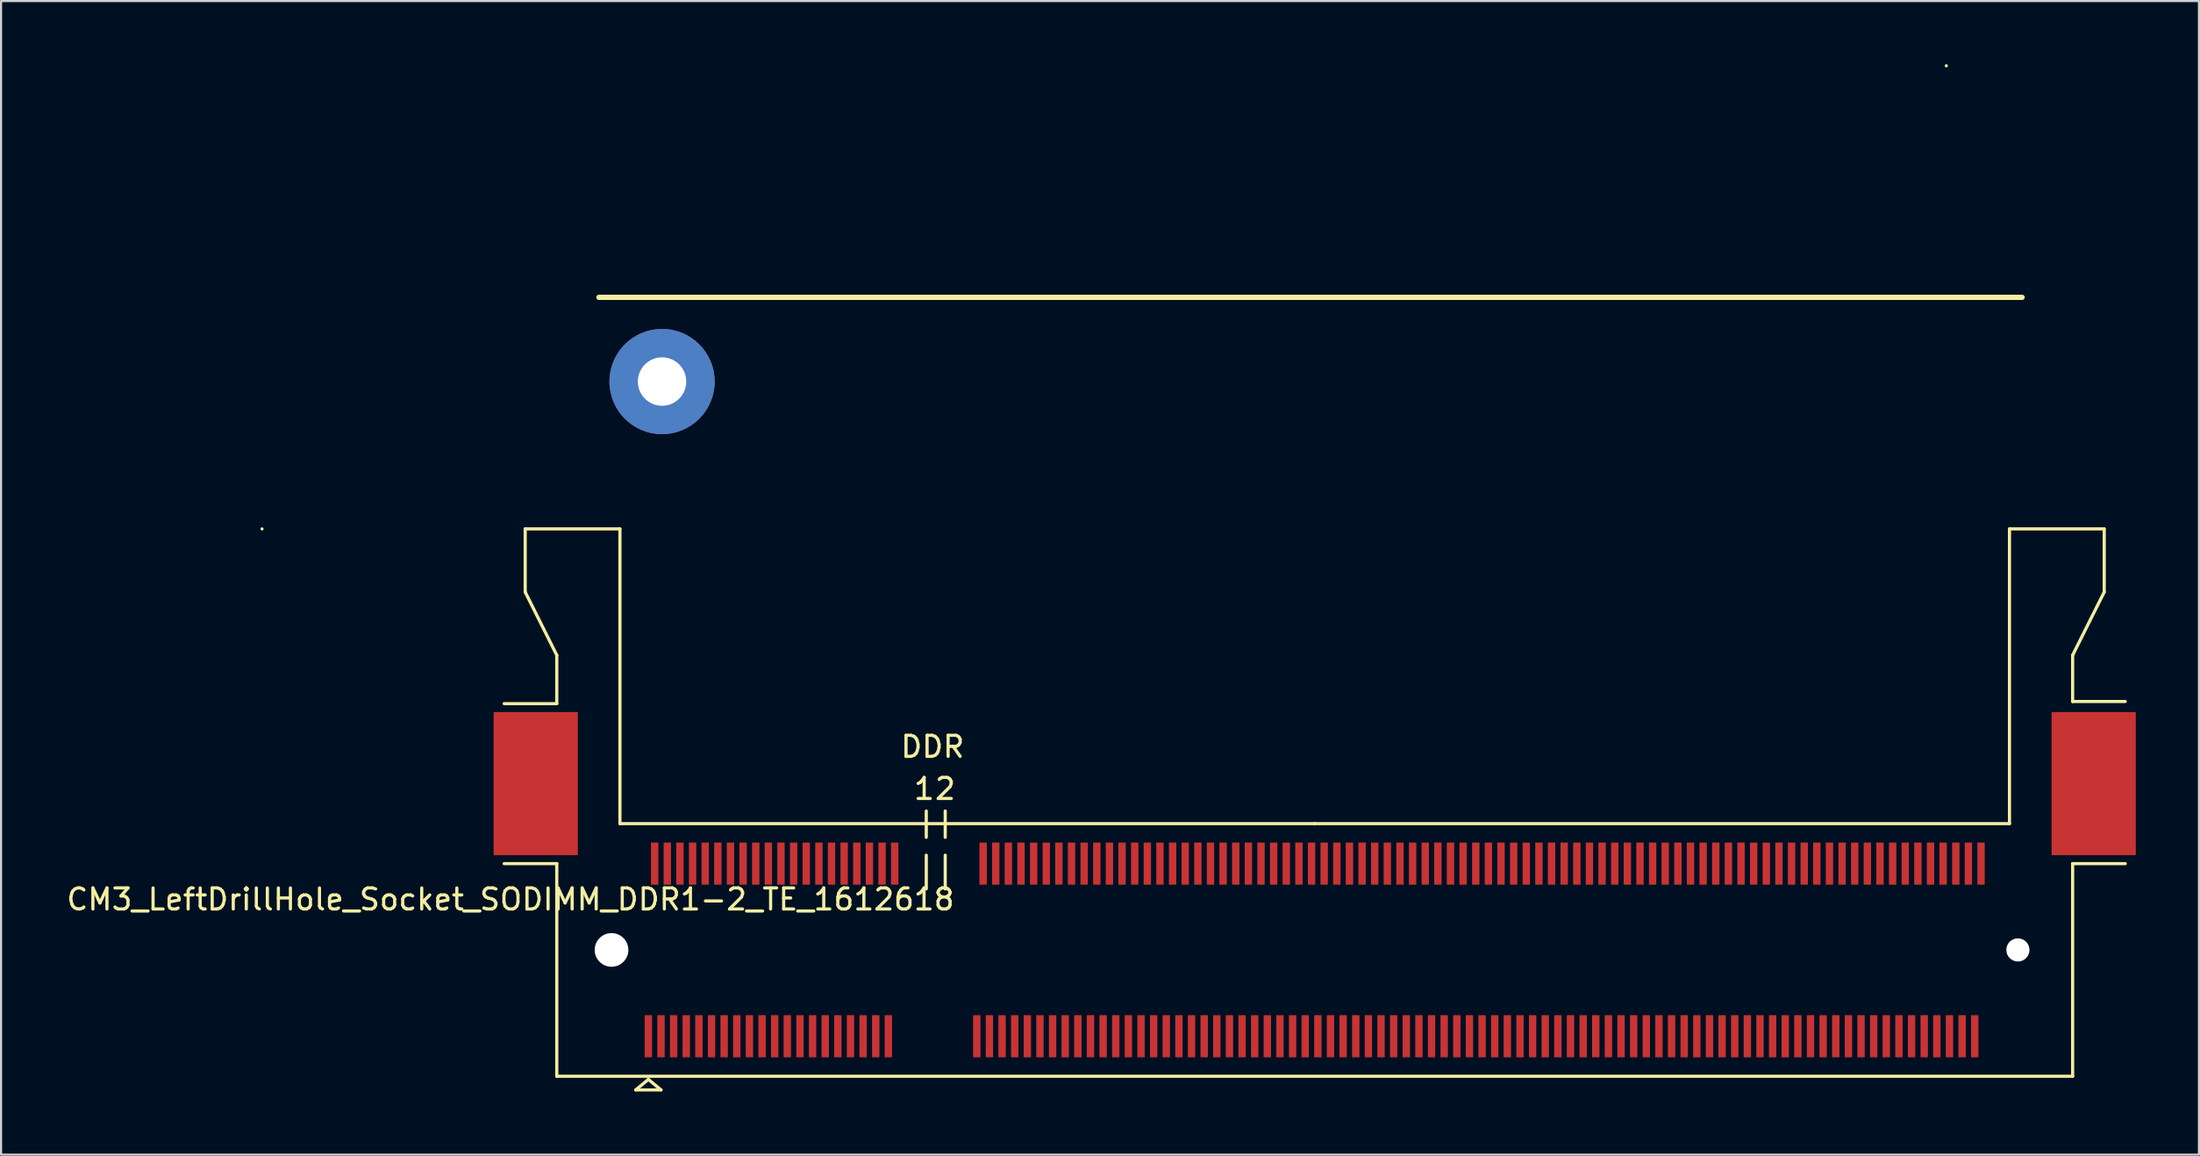
<source format=kicad_pcb>
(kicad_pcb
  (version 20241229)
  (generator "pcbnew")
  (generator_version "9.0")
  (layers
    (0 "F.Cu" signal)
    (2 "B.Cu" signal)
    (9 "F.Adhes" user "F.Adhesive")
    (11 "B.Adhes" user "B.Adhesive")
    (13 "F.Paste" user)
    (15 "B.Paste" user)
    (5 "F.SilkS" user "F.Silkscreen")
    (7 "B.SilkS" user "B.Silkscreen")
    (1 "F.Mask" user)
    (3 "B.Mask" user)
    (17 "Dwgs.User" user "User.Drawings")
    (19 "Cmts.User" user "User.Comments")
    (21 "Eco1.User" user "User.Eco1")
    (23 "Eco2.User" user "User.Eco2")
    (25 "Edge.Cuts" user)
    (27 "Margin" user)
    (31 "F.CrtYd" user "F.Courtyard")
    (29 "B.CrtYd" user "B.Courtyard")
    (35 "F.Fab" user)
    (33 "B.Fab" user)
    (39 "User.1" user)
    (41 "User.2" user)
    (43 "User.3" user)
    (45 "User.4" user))
  (footprint "CM3_LeftDrillHole_Socket_SODIMM_DDR1-2_TE_1612618"
    (layer "F.Cu")
    (at 59.396 42.075)
    (property "Reference" "CM3_LeftDrillHole_Socket_SODIMM_DDR1-2_TE_1612618" (at -38.2 -2.4 0) (layer "F.SilkS") (effects (font (size 1 1) (thickness 0.15))))
    (attr smd)
    (fp_line (start -50 -20) (end -50 -20) (stroke (width 0.15) (type solid)) (layer "F.SilkS"))
    (fp_line (start -37.5 -20) (end -37.5 -17) (stroke (width 0.15) (type solid)) (layer "F.SilkS"))
    (fp_line (start -37.5 -17) (end -36 -14) (stroke (width 0.15) (type solid)) (layer "F.SilkS"))
    (fp_line (start -36 -14) (end -36 -11.7) (stroke (width 0.15) (type solid)) (layer "F.SilkS"))
    (fp_line (start -36 -11.7) (end -38.5 -11.7) (stroke (width 0.15) (type solid)) (layer "F.SilkS"))
    (fp_line (start -36 -4.1) (end -38.5 -4.1) (stroke (width 0.15) (type solid)) (layer "F.SilkS"))
    (fp_line (start -36 -4.1) (end -36 6) (stroke (width 0.15) (type solid)) (layer "F.SilkS"))
    (fp_line (start -36 6) (end 36 6) (stroke (width 0.15) (type solid)) (layer "F.SilkS"))
    (fp_line (start -34 -31) (end -34 -31) (stroke (width 0.15) (type solid)) (layer "F.SilkS"))
    (fp_line (start -34 -31) (end 33.6 -31) (stroke (width 0.25) (type solid)) (layer "F.SilkS"))
    (fp_line (start -33 -20) (end -37.5 -20) (stroke (width 0.15) (type solid)) (layer "F.SilkS"))
    (fp_line (start -33 -6) (end -33 -20) (stroke (width 0.15) (type solid)) (layer "F.SilkS"))
    (fp_line (start -32.25 6.65) (end -31.65 6.15) (stroke (width 0.15) (type solid)) (layer "F.SilkS"))
    (fp_line (start -31.65 6.15) (end -31.05 6.65) (stroke (width 0.15) (type solid)) (layer "F.SilkS"))
    (fp_line (start -31.05 6.65) (end -32.25 6.65) (stroke (width 0.15) (type solid)) (layer "F.SilkS"))
    (fp_line (start -18.45 -5.35) (end -18.45 -6.6) (stroke (width 0.15) (type solid)) (layer "F.SilkS"))
    (fp_line (start -18.45 -4.5) (end -18.45 -2.9) (stroke (width 0.15) (type solid)) (layer "F.SilkS"))
    (fp_line (start -17.55 -5.35) (end -17.55 -6.6) (stroke (width 0.15) (type solid)) (layer "F.SilkS"))
    (fp_line (start -17.55 -4.5) (end -17.55 -2.9) (stroke (width 0.15) (type solid)) (layer "F.SilkS"))
    (fp_line (start 0 -6) (end -33 -6) (stroke (width 0.15) (type solid)) (layer "F.SilkS"))
    (fp_line (start 30 -42) (end 30 -42) (stroke (width 0.15) (type solid)) (layer "F.SilkS"))
    (fp_line (start 33 -20) (end 33 -6) (stroke (width 0.15) (type solid)) (layer "F.SilkS"))
    (fp_line (start 33 -6) (end 0 -6) (stroke (width 0.15) (type solid)) (layer "F.SilkS"))
    (fp_line (start 36 -14) (end 36 -11.8) (stroke (width 0.15) (type solid)) (layer "F.SilkS"))
    (fp_line (start 36 -14) (end 37.5 -17) (stroke (width 0.15) (type solid)) (layer "F.SilkS"))
    (fp_line (start 36 -11.8) (end 38.5 -11.8) (stroke (width 0.15) (type solid)) (layer "F.SilkS"))
    (fp_line (start 36 -4.1) (end 38.5 -4.1) (stroke (width 0.15) (type solid)) (layer "F.SilkS"))
    (fp_line (start 36 6) (end 36 -4.1) (stroke (width 0.15) (type solid)) (layer "F.SilkS"))
    (fp_line (start 37.5 -20) (end 33 -20) (stroke (width 0.15) (type solid)) (layer "F.SilkS"))
    (fp_line (start 37.5 -17) (end 37.5 -20) (stroke (width 0.15) (type solid)) (layer "F.SilkS"))
    (fp_text user "2" (at -17.55 -7.65 0) (layer "F.SilkS") (effects (font (size 1 1) (thickness 0.15))))
    (fp_text user "1" (at -18.55 -7.65 0) (layer "F.SilkS") (effects (font (size 1 1) (thickness 0.15))))
    (fp_text user "DDR" (at -18.15 -9.65 0) (layer "F.SilkS") (effects (font (size 1 1) (thickness 0.15))))
    (pad "" smd rect (at -37 -7.9) (size 4 6.8) (layers "F.Cu" "F.Mask" "F.Paste"))
    (pad "" np_thru_hole circle (at -33.4 0) (size 1.6 1.6) (drill 1.6) (layers "*.Cu" "*.Mask"))
    (pad "" np_thru_hole circle (at -31 -27) (size 5 5) (drill 2.3) (layers "*.Cu" "*.Mask"))
    (pad "" np_thru_hole circle (at 33.4 0) (size 1.1 1.1) (drill 1.1) (layers "*.Cu" "*.Mask"))
    (pad "" smd rect (at 37 -7.9) (size 4 6.8) (layers "F.Cu" "F.Mask" "F.Paste"))
    (pad "1" smd rect (at -31.65 4.1) (size 0.35 2) (layers "F.Cu" "F.Mask" "F.Paste"))
    (pad "2" smd rect (at -31.35 -4.1) (size 0.35 2) (layers "F.Cu" "F.Mask" "F.Paste"))
    (pad "3" smd rect (at -31.05 4.1) (size 0.35 2) (layers "F.Cu" "F.Mask" "F.Paste"))
    (pad "4" smd rect (at -30.75 -4.1) (size 0.35 2) (layers "F.Cu" "F.Mask" "F.Paste"))
    (pad "5" smd rect (at -30.45 4.1) (size 0.35 2) (layers "F.Cu" "F.Mask" "F.Paste"))
    (pad "6" smd rect (at -30.15 -4.1) (size 0.35 2) (layers "F.Cu" "F.Mask" "F.Paste"))
    (pad "7" smd rect (at -29.85 4.1) (size 0.35 2) (layers "F.Cu" "F.Mask" "F.Paste"))
    (pad "8" smd rect (at -29.55 -4.1) (size 0.35 2) (layers "F.Cu" "F.Mask" "F.Paste"))
    (pad "9" smd rect (at -29.25 4.1) (size 0.35 2) (layers "F.Cu" "F.Mask" "F.Paste"))
    (pad "10" smd rect (at -28.95 -4.1) (size 0.35 2) (layers "F.Cu" "F.Mask" "F.Paste"))
    (pad "11" smd rect (at -28.65 4.1) (size 0.35 2) (layers "F.Cu" "F.Mask" "F.Paste"))
    (pad "12" smd rect (at -28.35 -4.1) (size 0.35 2) (layers "F.Cu" "F.Mask" "F.Paste"))
    (pad "13" smd rect (at -28.05 4.1) (size 0.35 2) (layers "F.Cu" "F.Mask" "F.Paste"))
    (pad "14" smd rect (at -27.75 -4.1) (size 0.35 2) (layers "F.Cu" "F.Mask" "F.Paste"))
    (pad "15" smd rect (at -27.45 4.1) (size 0.35 2) (layers "F.Cu" "F.Mask" "F.Paste"))
    (pad "16" smd rect (at -27.15 -4.1) (size 0.35 2) (layers "F.Cu" "F.Mask" "F.Paste"))
    (pad "17" smd rect (at -26.85 4.1) (size 0.35 2) (layers "F.Cu" "F.Mask" "F.Paste"))
    (pad "18" smd rect (at -26.55 -4.1) (size 0.35 2) (layers "F.Cu" "F.Mask" "F.Paste"))
    (pad "19" smd rect (at -26.25 4.1) (size 0.35 2) (layers "F.Cu" "F.Mask" "F.Paste"))
    (pad "20" smd rect (at -25.95 -4.1) (size 0.35 2) (layers "F.Cu" "F.Mask" "F.Paste"))
    (pad "21" smd rect (at -25.65 4.1) (size 0.35 2) (layers "F.Cu" "F.Mask" "F.Paste"))
    (pad "22" smd rect (at -25.35 -4.1) (size 0.35 2) (layers "F.Cu" "F.Mask" "F.Paste"))
    (pad "23" smd rect (at -25.05 4.1) (size 0.35 2) (layers "F.Cu" "F.Mask" "F.Paste"))
    (pad "24" smd rect (at -24.75 -4.1) (size 0.35 2) (layers "F.Cu" "F.Mask" "F.Paste"))
    (pad "25" smd rect (at -24.45 4.1) (size 0.35 2) (layers "F.Cu" "F.Mask" "F.Paste"))
    (pad "26" smd rect (at -24.15 -4.1) (size 0.35 2) (layers "F.Cu" "F.Mask" "F.Paste"))
    (pad "27" smd rect (at -23.85 4.1) (size 0.35 2) (layers "F.Cu" "F.Mask" "F.Paste"))
    (pad "28" smd rect (at -23.55 -4.1) (size 0.35 2) (layers "F.Cu" "F.Mask" "F.Paste"))
    (pad "29" smd rect (at -23.25 4.1) (size 0.35 2) (layers "F.Cu" "F.Mask" "F.Paste"))
    (pad "30" smd rect (at -22.95 -4.1) (size 0.35 2) (layers "F.Cu" "F.Mask" "F.Paste"))
    (pad "31" smd rect (at -22.65 4.1) (size 0.35 2) (layers "F.Cu" "F.Mask" "F.Paste"))
    (pad "32" smd rect (at -22.35 -4.1) (size 0.35 2) (layers "F.Cu" "F.Mask" "F.Paste"))
    (pad "33" smd rect (at -22.05 4.1) (size 0.35 2) (layers "F.Cu" "F.Mask" "F.Paste"))
    (pad "34" smd rect (at -21.75 -4.1) (size 0.35 2) (layers "F.Cu" "F.Mask" "F.Paste"))
    (pad "35" smd rect (at -21.45 4.1) (size 0.35 2) (layers "F.Cu" "F.Mask" "F.Paste"))
    (pad "36" smd rect (at -21.15 -4.1) (size 0.35 2) (layers "F.Cu" "F.Mask" "F.Paste"))
    (pad "37" smd rect (at -20.85 4.1) (size 0.35 2) (layers "F.Cu" "F.Mask" "F.Paste"))
    (pad "38" smd rect (at -20.55 -4.1) (size 0.35 2) (layers "F.Cu" "F.Mask" "F.Paste"))
    (pad "39" smd rect (at -20.25 4.1) (size 0.35 2) (layers "F.Cu" "F.Mask" "F.Paste"))
    (pad "40" smd rect (at -19.95 -4.1) (size 0.35 2) (layers "F.Cu" "F.Mask" "F.Paste"))
    (pad "41" smd rect (at -16.05 4.1) (size 0.35 2) (layers "F.Cu" "F.Mask" "F.Paste"))
    (pad "42" smd rect (at -15.75 -4.1) (size 0.35 2) (layers "F.Cu" "F.Mask" "F.Paste"))
    (pad "43" smd rect (at -15.45 4.1) (size 0.35 2) (layers "F.Cu" "F.Mask" "F.Paste"))
    (pad "44" smd rect (at -15.15 -4.1) (size 0.35 2) (layers "F.Cu" "F.Mask" "F.Paste"))
    (pad "45" smd rect (at -14.85 4.1) (size 0.35 2) (layers "F.Cu" "F.Mask" "F.Paste"))
    (pad "46" smd rect (at -14.55 -4.1) (size 0.35 2) (layers "F.Cu" "F.Mask" "F.Paste"))
    (pad "47" smd rect (at -14.25 4.1) (size 0.35 2) (layers "F.Cu" "F.Mask" "F.Paste"))
    (pad "48" smd rect (at -13.95 -4.1) (size 0.35 2) (layers "F.Cu" "F.Mask" "F.Paste"))
    (pad "49" smd rect (at -13.65 4.1) (size 0.35 2) (layers "F.Cu" "F.Mask" "F.Paste"))
    (pad "50" smd rect (at -13.35 -4.1) (size 0.35 2) (layers "F.Cu" "F.Mask" "F.Paste"))
    (pad "51" smd rect (at -13.05 4.1) (size 0.35 2) (layers "F.Cu" "F.Mask" "F.Paste"))
    (pad "52" smd rect (at -12.75 -4.1) (size 0.35 2) (layers "F.Cu" "F.Mask" "F.Paste"))
    (pad "53" smd rect (at -12.45 4.1) (size 0.35 2) (layers "F.Cu" "F.Mask" "F.Paste"))
    (pad "54" smd rect (at -12.15 -4.1) (size 0.35 2) (layers "F.Cu" "F.Mask" "F.Paste"))
    (pad "55" smd rect (at -11.85 4.1) (size 0.35 2) (layers "F.Cu" "F.Mask" "F.Paste"))
    (pad "56" smd rect (at -11.55 -4.1) (size 0.35 2) (layers "F.Cu" "F.Mask" "F.Paste"))
    (pad "57" smd rect (at -11.25 4.1) (size 0.35 2) (layers "F.Cu" "F.Mask" "F.Paste"))
    (pad "58" smd rect (at -10.95 -4.1) (size 0.35 2) (layers "F.Cu" "F.Mask" "F.Paste"))
    (pad "59" smd rect (at -10.65 4.1) (size 0.35 2) (layers "F.Cu" "F.Mask" "F.Paste"))
    (pad "60" smd rect (at -10.35 -4.1) (size 0.35 2) (layers "F.Cu" "F.Mask" "F.Paste"))
    (pad "61" smd rect (at -10.05 4.1) (size 0.35 2) (layers "F.Cu" "F.Mask" "F.Paste"))
    (pad "62" smd rect (at -9.75 -4.1) (size 0.35 2) (layers "F.Cu" "F.Mask" "F.Paste"))
    (pad "63" smd rect (at -9.45 4.1) (size 0.35 2) (layers "F.Cu" "F.Mask" "F.Paste"))
    (pad "64" smd rect (at -9.15 -4.1) (size 0.35 2) (layers "F.Cu" "F.Mask" "F.Paste"))
    (pad "65" smd rect (at -8.85 4.1) (size 0.35 2) (layers "F.Cu" "F.Mask" "F.Paste"))
    (pad "66" smd rect (at -8.55 -4.1) (size 0.35 2) (layers "F.Cu" "F.Mask" "F.Paste"))
    (pad "67" smd rect (at -8.25 4.1) (size 0.35 2) (layers "F.Cu" "F.Mask" "F.Paste"))
    (pad "68" smd rect (at -7.95 -4.1) (size 0.35 2) (layers "F.Cu" "F.Mask" "F.Paste"))
    (pad "69" smd rect (at -7.65 4.1) (size 0.35 2) (layers "F.Cu" "F.Mask" "F.Paste"))
    (pad "70" smd rect (at -7.35 -4.1) (size 0.35 2) (layers "F.Cu" "F.Mask" "F.Paste"))
    (pad "71" smd rect (at -7.05 4.1) (size 0.35 2) (layers "F.Cu" "F.Mask" "F.Paste"))
    (pad "72" smd rect (at -6.75 -4.1) (size 0.35 2) (layers "F.Cu" "F.Mask" "F.Paste"))
    (pad "73" smd rect (at -6.45 4.1) (size 0.35 2) (layers "F.Cu" "F.Mask" "F.Paste"))
    (pad "74" smd rect (at -6.15 -4.1) (size 0.35 2) (layers "F.Cu" "F.Mask" "F.Paste"))
    (pad "75" smd rect (at -5.85 4.1) (size 0.35 2) (layers "F.Cu" "F.Mask" "F.Paste"))
    (pad "76" smd rect (at -5.55 -4.1) (size 0.35 2) (layers "F.Cu" "F.Mask" "F.Paste"))
    (pad "77" smd rect (at -5.25 4.1) (size 0.35 2) (layers "F.Cu" "F.Mask" "F.Paste"))
    (pad "78" smd rect (at -4.95 -4.1) (size 0.35 2) (layers "F.Cu" "F.Mask" "F.Paste"))
    (pad "79" smd rect (at -4.65 4.1) (size 0.35 2) (layers "F.Cu" "F.Mask" "F.Paste"))
    (pad "80" smd rect (at -4.35 -4.1) (size 0.35 2) (layers "F.Cu" "F.Mask" "F.Paste"))
    (pad "81" smd rect (at -4.05 4.1) (size 0.35 2) (layers "F.Cu" "F.Mask" "F.Paste"))
    (pad "82" smd rect (at -3.75 -4.1) (size 0.35 2) (layers "F.Cu" "F.Mask" "F.Paste"))
    (pad "83" smd rect (at -3.45 4.1) (size 0.35 2) (layers "F.Cu" "F.Mask" "F.Paste"))
    (pad "84" smd rect (at -3.15 -4.1) (size 0.35 2) (layers "F.Cu" "F.Mask" "F.Paste"))
    (pad "85" smd rect (at -2.85 4.1) (size 0.35 2) (layers "F.Cu" "F.Mask" "F.Paste"))
    (pad "86" smd rect (at -2.55 -4.1) (size 0.35 2) (layers "F.Cu" "F.Mask" "F.Paste"))
    (pad "87" smd rect (at -2.25 4.1) (size 0.35 2) (layers "F.Cu" "F.Mask" "F.Paste"))
    (pad "88" smd rect (at -1.95 -4.1) (size 0.35 2) (layers "F.Cu" "F.Mask" "F.Paste"))
    (pad "89" smd rect (at -1.65 4.1) (size 0.35 2) (layers "F.Cu" "F.Mask" "F.Paste"))
    (pad "90" smd rect (at -1.35 -4.1) (size 0.35 2) (layers "F.Cu" "F.Mask" "F.Paste"))
    (pad "91" smd rect (at -1.05 4.1) (size 0.35 2) (layers "F.Cu" "F.Mask" "F.Paste"))
    (pad "92" smd rect (at -0.75 -4.1) (size 0.35 2) (layers "F.Cu" "F.Mask" "F.Paste"))
    (pad "93" smd rect (at -0.45 4.1) (size 0.35 2) (layers "F.Cu" "F.Mask" "F.Paste"))
    (pad "94" smd rect (at -0.15 -4.1) (size 0.35 2) (layers "F.Cu" "F.Mask" "F.Paste"))
    (pad "95" smd rect (at 0.15 4.1) (size 0.35 2) (layers "F.Cu" "F.Mask" "F.Paste"))
    (pad "96" smd rect (at 0.45 -4.1) (size 0.35 2) (layers "F.Cu" "F.Mask" "F.Paste"))
    (pad "97" smd rect (at 0.75 4.1) (size 0.35 2) (layers "F.Cu" "F.Mask" "F.Paste"))
    (pad "98" smd rect (at 1.05 -4.1) (size 0.35 2) (layers "F.Cu" "F.Mask" "F.Paste"))
    (pad "99" smd rect (at 1.35 4.1) (size 0.35 2) (layers "F.Cu" "F.Mask" "F.Paste"))
    (pad "100" smd rect (at 1.65 -4.1) (size 0.35 2) (layers "F.Cu" "F.Mask" "F.Paste"))
    (pad "101" smd rect (at 1.95 4.1) (size 0.35 2) (layers "F.Cu" "F.Mask" "F.Paste"))
    (pad "102" smd rect (at 2.25 -4.1) (size 0.35 2) (layers "F.Cu" "F.Mask" "F.Paste"))
    (pad "103" smd rect (at 2.55 4.1) (size 0.35 2) (layers "F.Cu" "F.Mask" "F.Paste"))
    (pad "104" smd rect (at 2.85 -4.1) (size 0.35 2) (layers "F.Cu" "F.Mask" "F.Paste"))
    (pad "105" smd rect (at 3.15 4.1) (size 0.35 2) (layers "F.Cu" "F.Mask" "F.Paste"))
    (pad "106" smd rect (at 3.45 -4.1) (size 0.35 2) (layers "F.Cu" "F.Mask" "F.Paste"))
    (pad "107" smd rect (at 3.75 4.1) (size 0.35 2) (layers "F.Cu" "F.Mask" "F.Paste"))
    (pad "108" smd rect (at 4.05 -4.1) (size 0.35 2) (layers "F.Cu" "F.Mask" "F.Paste"))
    (pad "109" smd rect (at 4.35 4.1) (size 0.35 2) (layers "F.Cu" "F.Mask" "F.Paste"))
    (pad "110" smd rect (at 4.65 -4.1) (size 0.35 2) (layers "F.Cu" "F.Mask" "F.Paste"))
    (pad "111" smd rect (at 4.95 4.1) (size 0.35 2) (layers "F.Cu" "F.Mask" "F.Paste"))
    (pad "112" smd rect (at 5.25 -4.1) (size 0.35 2) (layers "F.Cu" "F.Mask" "F.Paste"))
    (pad "113" smd rect (at 5.55 4.1) (size 0.35 2) (layers "F.Cu" "F.Mask" "F.Paste"))
    (pad "114" smd rect (at 5.85 -4.1) (size 0.35 2) (layers "F.Cu" "F.Mask" "F.Paste"))
    (pad "115" smd rect (at 6.15 4.1) (size 0.35 2) (layers "F.Cu" "F.Mask" "F.Paste"))
    (pad "116" smd rect (at 6.45 -4.1) (size 0.35 2) (layers "F.Cu" "F.Mask" "F.Paste"))
    (pad "117" smd rect (at 6.75 4.1) (size 0.35 2) (layers "F.Cu" "F.Mask" "F.Paste"))
    (pad "118" smd rect (at 7.05 -4.1) (size 0.35 2) (layers "F.Cu" "F.Mask" "F.Paste"))
    (pad "119" smd rect (at 7.35 4.1) (size 0.35 2) (layers "F.Cu" "F.Mask" "F.Paste"))
    (pad "120" smd rect (at 7.65 -4.1) (size 0.35 2) (layers "F.Cu" "F.Mask" "F.Paste"))
    (pad "121" smd rect (at 7.95 4.1) (size 0.35 2) (layers "F.Cu" "F.Mask" "F.Paste"))
    (pad "122" smd rect (at 8.25 -4.1) (size 0.35 2) (layers "F.Cu" "F.Mask" "F.Paste"))
    (pad "123" smd rect (at 8.55 4.1) (size 0.35 2) (layers "F.Cu" "F.Mask" "F.Paste"))
    (pad "124" smd rect (at 8.85 -4.1) (size 0.35 2) (layers "F.Cu" "F.Mask" "F.Paste"))
    (pad "125" smd rect (at 9.15 4.1) (size 0.35 2) (layers "F.Cu" "F.Mask" "F.Paste"))
    (pad "126" smd rect (at 9.45 -4.1) (size 0.35 2) (layers "F.Cu" "F.Mask" "F.Paste"))
    (pad "127" smd rect (at 9.75 4.1) (size 0.35 2) (layers "F.Cu" "F.Mask" "F.Paste"))
    (pad "128" smd rect (at 10.05 -4.1) (size 0.35 2) (layers "F.Cu" "F.Mask" "F.Paste"))
    (pad "129" smd rect (at 10.35 4.1) (size 0.35 2) (layers "F.Cu" "F.Mask" "F.Paste"))
    (pad "130" smd rect (at 10.65 -4.1) (size 0.35 2) (layers "F.Cu" "F.Mask" "F.Paste"))
    (pad "131" smd rect (at 10.95 4.1) (size 0.35 2) (layers "F.Cu" "F.Mask" "F.Paste"))
    (pad "132" smd rect (at 11.25 -4.1) (size 0.35 2) (layers "F.Cu" "F.Mask" "F.Paste"))
    (pad "133" smd rect (at 11.55 4.1) (size 0.35 2) (layers "F.Cu" "F.Mask" "F.Paste"))
    (pad "134" smd rect (at 11.85 -4.1) (size 0.35 2) (layers "F.Cu" "F.Mask" "F.Paste"))
    (pad "135" smd rect (at 12.15 4.1) (size 0.35 2) (layers "F.Cu" "F.Mask" "F.Paste"))
    (pad "136" smd rect (at 12.45 -4.1) (size 0.35 2) (layers "F.Cu" "F.Mask" "F.Paste"))
    (pad "137" smd rect (at 12.75 4.1) (size 0.35 2) (layers "F.Cu" "F.Mask" "F.Paste"))
    (pad "138" smd rect (at 13.05 -4.1) (size 0.35 2) (layers "F.Cu" "F.Mask" "F.Paste"))
    (pad "139" smd rect (at 13.35 4.1) (size 0.35 2) (layers "F.Cu" "F.Mask" "F.Paste"))
    (pad "140" smd rect (at 13.65 -4.1) (size 0.35 2) (layers "F.Cu" "F.Mask" "F.Paste"))
    (pad "141" smd rect (at 13.95 4.1) (size 0.35 2) (layers "F.Cu" "F.Mask" "F.Paste"))
    (pad "142" smd rect (at 14.25 -4.1) (size 0.35 2) (layers "F.Cu" "F.Mask" "F.Paste"))
    (pad "143" smd rect (at 14.55 4.1) (size 0.35 2) (layers "F.Cu" "F.Mask" "F.Paste"))
    (pad "144" smd rect (at 14.85 -4.1) (size 0.35 2) (layers "F.Cu" "F.Mask" "F.Paste"))
    (pad "145" smd rect (at 15.15 4.1) (size 0.35 2) (layers "F.Cu" "F.Mask" "F.Paste"))
    (pad "146" smd rect (at 15.45 -4.1) (size 0.35 2) (layers "F.Cu" "F.Mask" "F.Paste"))
    (pad "147" smd rect (at 15.75 4.1) (size 0.35 2) (layers "F.Cu" "F.Mask" "F.Paste"))
    (pad "148" smd rect (at 16.05 -4.1) (size 0.35 2) (layers "F.Cu" "F.Mask" "F.Paste"))
    (pad "149" smd rect (at 16.35 4.1) (size 0.35 2) (layers "F.Cu" "F.Mask" "F.Paste"))
    (pad "150" smd rect (at 16.65 -4.1) (size 0.35 2) (layers "F.Cu" "F.Mask" "F.Paste"))
    (pad "151" smd rect (at 16.95 4.1) (size 0.35 2) (layers "F.Cu" "F.Mask" "F.Paste"))
    (pad "152" smd rect (at 17.25 -4.1) (size 0.35 2) (layers "F.Cu" "F.Mask" "F.Paste"))
    (pad "153" smd rect (at 17.55 4.1) (size 0.35 2) (layers "F.Cu" "F.Mask" "F.Paste"))
    (pad "154" smd rect (at 17.85 -4.1) (size 0.35 2) (layers "F.Cu" "F.Mask" "F.Paste"))
    (pad "155" smd rect (at 18.15 4.1) (size 0.35 2) (layers "F.Cu" "F.Mask" "F.Paste"))
    (pad "156" smd rect (at 18.45 -4.1) (size 0.35 2) (layers "F.Cu" "F.Mask" "F.Paste"))
    (pad "157" smd rect (at 18.75 4.1) (size 0.35 2) (layers "F.Cu" "F.Mask" "F.Paste"))
    (pad "158" smd rect (at 19.05 -4.1) (size 0.35 2) (layers "F.Cu" "F.Mask" "F.Paste"))
    (pad "159" smd rect (at 19.35 4.1) (size 0.35 2) (layers "F.Cu" "F.Mask" "F.Paste"))
    (pad "160" smd rect (at 19.65 -4.1) (size 0.35 2) (layers "F.Cu" "F.Mask" "F.Paste"))
    (pad "161" smd rect (at 19.95 4.1) (size 0.35 2) (layers "F.Cu" "F.Mask" "F.Paste"))
    (pad "162" smd rect (at 20.25 -4.1) (size 0.35 2) (layers "F.Cu" "F.Mask" "F.Paste"))
    (pad "163" smd rect (at 20.55 4.1) (size 0.35 2) (layers "F.Cu" "F.Mask" "F.Paste"))
    (pad "164" smd rect (at 20.85 -4.1) (size 0.35 2) (layers "F.Cu" "F.Mask" "F.Paste"))
    (pad "165" smd rect (at 21.15 4.1) (size 0.35 2) (layers "F.Cu" "F.Mask" "F.Paste"))
    (pad "166" smd rect (at 21.45 -4.1) (size 0.35 2) (layers "F.Cu" "F.Mask" "F.Paste"))
    (pad "167" smd rect (at 21.75 4.1) (size 0.35 2) (layers "F.Cu" "F.Mask" "F.Paste"))
    (pad "168" smd rect (at 22.05 -4.1) (size 0.35 2) (layers "F.Cu" "F.Mask" "F.Paste"))
    (pad "169" smd rect (at 22.35 4.1) (size 0.35 2) (layers "F.Cu" "F.Mask" "F.Paste"))
    (pad "170" smd rect (at 22.65 -4.1) (size 0.35 2) (layers "F.Cu" "F.Mask" "F.Paste"))
    (pad "171" smd rect (at 22.95 4.1) (size 0.35 2) (layers "F.Cu" "F.Mask" "F.Paste"))
    (pad "172" smd rect (at 23.25 -4.1) (size 0.35 2) (layers "F.Cu" "F.Mask" "F.Paste"))
    (pad "173" smd rect (at 23.55 4.1) (size 0.35 2) (layers "F.Cu" "F.Mask" "F.Paste"))
    (pad "174" smd rect (at 23.85 -4.1) (size 0.35 2) (layers "F.Cu" "F.Mask" "F.Paste"))
    (pad "175" smd rect (at 24.15 4.1) (size 0.35 2) (layers "F.Cu" "F.Mask" "F.Paste"))
    (pad "176" smd rect (at 24.45 -4.1) (size 0.35 2) (layers "F.Cu" "F.Mask" "F.Paste"))
    (pad "177" smd rect (at 24.75 4.1) (size 0.35 2) (layers "F.Cu" "F.Mask" "F.Paste"))
    (pad "178" smd rect (at 25.05 -4.1) (size 0.35 2) (layers "F.Cu" "F.Mask" "F.Paste"))
    (pad "179" smd rect (at 25.35 4.1) (size 0.35 2) (layers "F.Cu" "F.Mask" "F.Paste"))
    (pad "180" smd rect (at 25.65 -4.1) (size 0.35 2) (layers "F.Cu" "F.Mask" "F.Paste"))
    (pad "181" smd rect (at 25.95 4.1) (size 0.35 2) (layers "F.Cu" "F.Mask" "F.Paste"))
    (pad "182" smd rect (at 26.25 -4.1) (size 0.35 2) (layers "F.Cu" "F.Mask" "F.Paste"))
    (pad "183" smd rect (at 26.55 4.1) (size 0.35 2) (layers "F.Cu" "F.Mask" "F.Paste"))
    (pad "184" smd rect (at 26.85 -4.1) (size 0.35 2) (layers "F.Cu" "F.Mask" "F.Paste"))
    (pad "185" smd rect (at 27.15 4.1) (size 0.35 2) (layers "F.Cu" "F.Mask" "F.Paste"))
    (pad "186" smd rect (at 27.45 -4.1) (size 0.35 2) (layers "F.Cu" "F.Mask" "F.Paste"))
    (pad "187" smd rect (at 27.75 4.1) (size 0.35 2) (layers "F.Cu" "F.Mask" "F.Paste"))
    (pad "188" smd rect (at 28.05 -4.1) (size 0.35 2) (layers "F.Cu" "F.Mask" "F.Paste"))
    (pad "189" smd rect (at 28.35 4.1) (size 0.35 2) (layers "F.Cu" "F.Mask" "F.Paste"))
    (pad "190" smd rect (at 28.65 -4.1) (size 0.35 2) (layers "F.Cu" "F.Mask" "F.Paste"))
    (pad "191" smd rect (at 28.95 4.1) (size 0.35 2) (layers "F.Cu" "F.Mask" "F.Paste"))
    (pad "192" smd rect (at 29.25 -4.1) (size 0.35 2) (layers "F.Cu" "F.Mask" "F.Paste"))
    (pad "193" smd rect (at 29.55 4.1) (size 0.35 2) (layers "F.Cu" "F.Mask" "F.Paste"))
    (pad "194" smd rect (at 29.85 -4.1) (size 0.35 2) (layers "F.Cu" "F.Mask" "F.Paste"))
    (pad "195" smd rect (at 30.15 4.1) (size 0.35 2) (layers "F.Cu" "F.Mask" "F.Paste"))
    (pad "196" smd rect (at 30.45 -4.1) (size 0.35 2) (layers "F.Cu" "F.Mask" "F.Paste"))
    (pad "197" smd rect (at 30.75 4.1) (size 0.35 2) (layers "F.Cu" "F.Mask" "F.Paste"))
    (pad "198" smd rect (at 31.05 -4.1) (size 0.35 2) (layers "F.Cu" "F.Mask" "F.Paste"))
    (pad "199" smd rect (at 31.35 4.1) (size 0.35 2) (layers "F.Cu" "F.Mask" "F.Paste"))
    (pad "200" smd rect (at 31.65 -4.1) (size 0.35 2) (layers "F.Cu" "F.Mask" "F.Paste")))
  (gr_rect
    (start -3 -3)
    (end 101.396 51.8)
    (stroke (width 0.1) (type default))
    (fill no)
    (layer "Edge.Cuts")))
</source>
